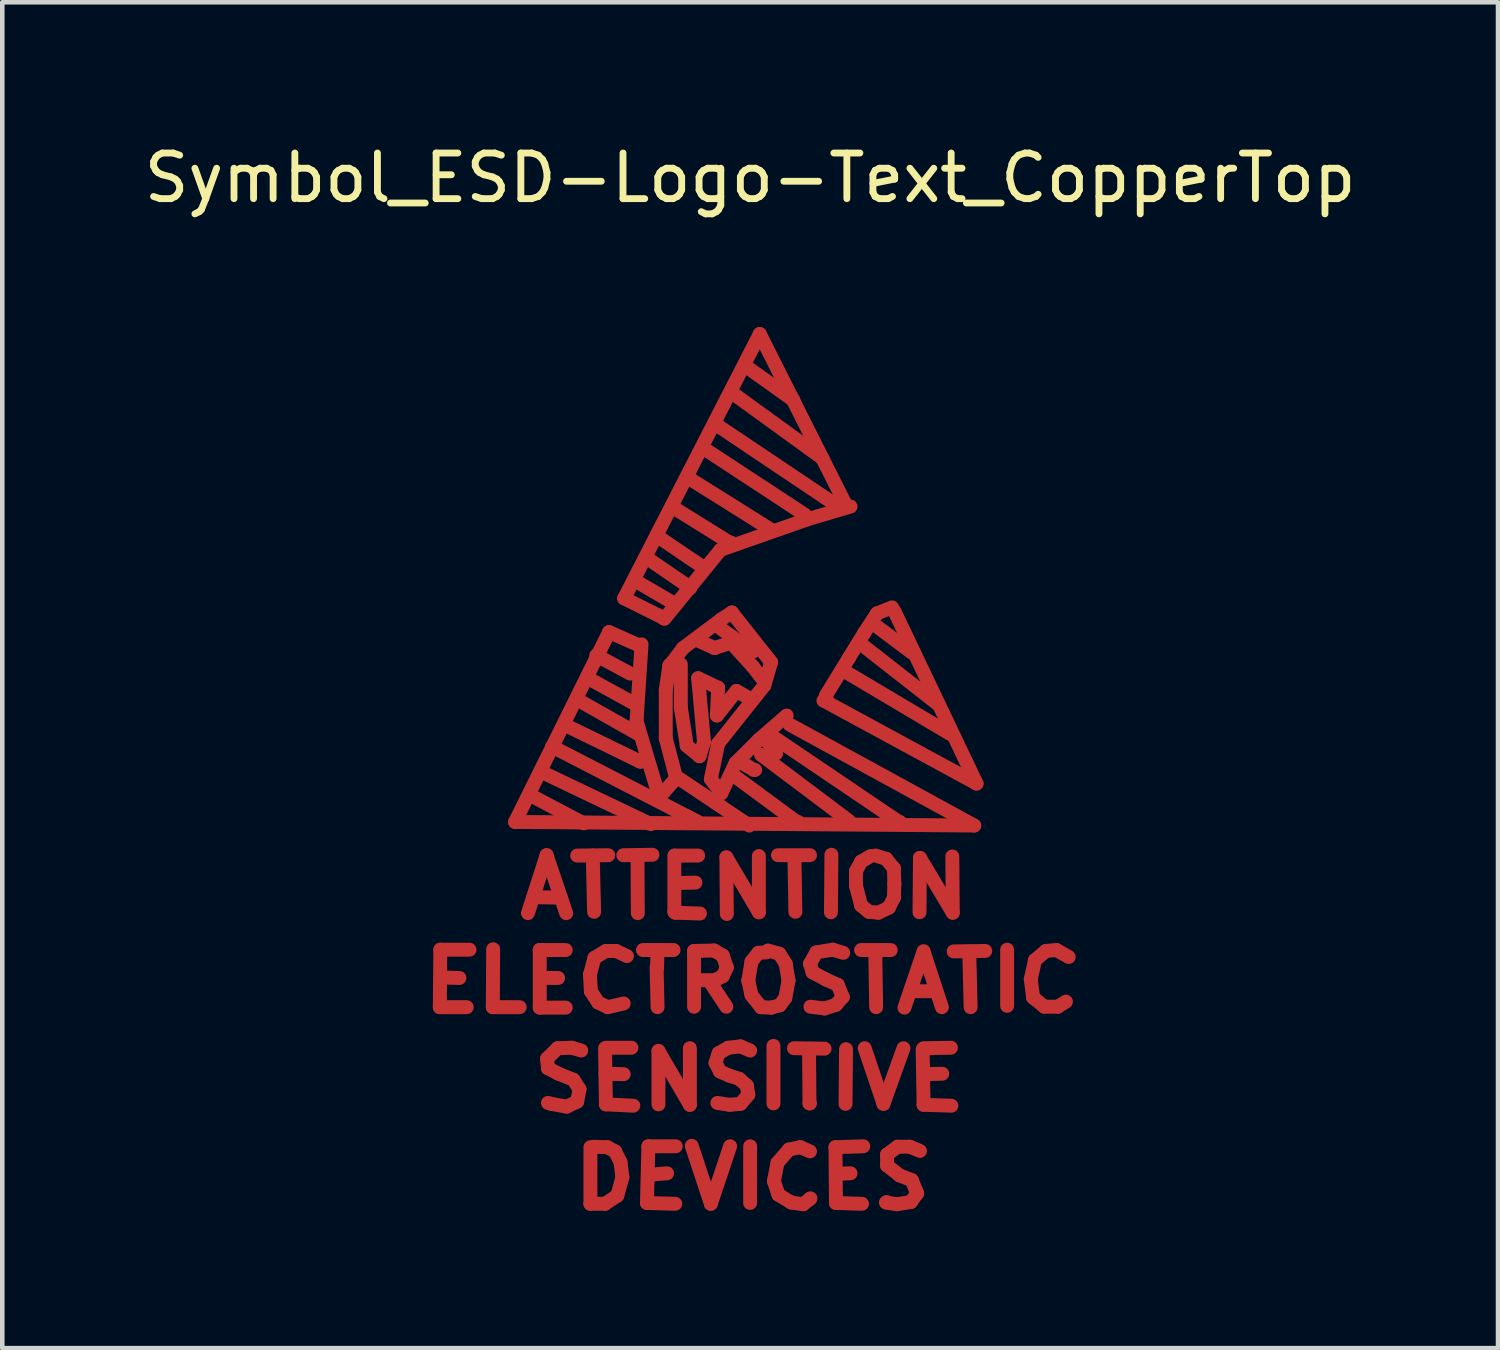
<source format=kicad_pcb>
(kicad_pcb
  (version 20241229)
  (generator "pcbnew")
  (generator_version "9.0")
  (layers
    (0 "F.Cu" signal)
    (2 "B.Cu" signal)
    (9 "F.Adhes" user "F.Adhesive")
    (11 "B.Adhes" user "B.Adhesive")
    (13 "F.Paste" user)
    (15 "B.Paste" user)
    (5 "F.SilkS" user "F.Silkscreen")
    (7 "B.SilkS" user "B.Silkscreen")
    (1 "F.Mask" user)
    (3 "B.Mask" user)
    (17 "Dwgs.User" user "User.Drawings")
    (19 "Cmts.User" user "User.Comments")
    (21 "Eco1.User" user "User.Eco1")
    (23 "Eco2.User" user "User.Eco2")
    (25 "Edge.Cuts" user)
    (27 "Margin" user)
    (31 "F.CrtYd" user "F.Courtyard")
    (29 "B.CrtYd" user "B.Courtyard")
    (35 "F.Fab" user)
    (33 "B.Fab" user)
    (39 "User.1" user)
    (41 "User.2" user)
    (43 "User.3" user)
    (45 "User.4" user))
  (footprint "Symbol_ESD-Logo-Text_CopperTop"
    (layer "F.Cu")
    (at 13.387 11.648)
    (property "Reference" "Symbol_ESD-Logo-Text_CopperTop" (at 0 -10.8 0) (layer "F.SilkS") (effects (font (size 1 1) (thickness 0.15))))
    (attr exclude_from_pos_files exclude_from_bom allow_missing_courtyard)
    (fp_line (start -6.8 7.371) (end -6.21 7.371) (stroke (width 0.305) (type solid)) (layer "F.Cu"))
    (fp_line (start -6.789 6.111) (end -6.8 7.371) (stroke (width 0.305) (type solid)) (layer "F.Cu"))
    (fp_line (start -6.37 6.731) (end -6.749 6.721) (stroke (width 0.305) (type solid)) (layer "F.Cu"))
    (fp_line (start -6.149 6.111) (end -6.789 6.111) (stroke (width 0.305) (type solid)) (layer "F.Cu"))
    (fp_line (start -5.639 7.371) (end -5.05 7.371) (stroke (width 0.305) (type solid)) (layer "F.Cu"))
    (fp_line (start -5.631 6.101) (end -5.639 7.371) (stroke (width 0.305) (type solid)) (layer "F.Cu"))
    (fp_line (start -5.151 3.312) (end 4.91 3.391) (stroke (width 0.305) (type solid)) (layer "F.Cu"))
    (fp_line (start -4.869 5.311) (end -4.46 4.041) (stroke (width 0.305) (type solid)) (layer "F.Cu"))
    (fp_line (start -4.77 2.751) (end -3.65 3.343) (stroke (width 0.305) (type solid)) (layer "F.Cu"))
    (fp_line (start -4.75 4.961) (end -4.15 4.971) (stroke (width 0.305) (type solid)) (layer "F.Cu"))
    (fp_line (start -4.61 6.119) (end -4.61 7.381) (stroke (width 0.305) (type solid)) (layer "F.Cu"))
    (fp_line (start -4.61 6.119) (end -4.041 6.119) (stroke (width 0.305) (type solid)) (layer "F.Cu"))
    (fp_line (start -4.61 7.381) (end -4.041 7.381) (stroke (width 0.305) (type solid)) (layer "F.Cu"))
    (fp_line (start -4.6 6.129) (end -4.61 6.119) (stroke (width 0.305) (type solid)) (layer "F.Cu"))
    (fp_line (start -4.559 2.223) (end -2.179 3.36) (stroke (width 0.305) (type solid)) (layer "F.Cu"))
    (fp_line (start -4.559 6.731) (end -4.209 6.731) (stroke (width 0.305) (type solid)) (layer "F.Cu"))
    (fp_line (start -4.46 4.041) (end -4.031 5.311) (stroke (width 0.305) (type solid)) (layer "F.Cu"))
    (fp_line (start -4.45 8.499) (end -4.43 8.71) (stroke (width 0.305) (type solid)) (layer "F.Cu"))
    (fp_line (start -4.43 8.71) (end -4.201 8.829) (stroke (width 0.305) (type solid)) (layer "F.Cu"))
    (fp_line (start -4.361 9.489) (end -4.43 9.469) (stroke (width 0.305) (type solid)) (layer "F.Cu"))
    (fp_line (start -4.341 1.661) (end -1.14 3.312) (stroke (width 0.305) (type solid)) (layer "F.Cu"))
    (fp_line (start -4.219 8.27) (end -4.45 8.499) (stroke (width 0.305) (type solid)) (layer "F.Cu"))
    (fp_line (start -4.201 8.829) (end -3.871 8.961) (stroke (width 0.305) (type solid)) (layer "F.Cu"))
    (fp_line (start -4.031 1.201) (end -2.41 1.991) (stroke (width 0.305) (type solid)) (layer "F.Cu"))
    (fp_line (start -4.021 9.55) (end -4.361 9.489) (stroke (width 0.305) (type solid)) (layer "F.Cu"))
    (fp_line (start -3.909 8.26) (end -4.219 8.27) (stroke (width 0.305) (type solid)) (layer "F.Cu"))
    (fp_line (start -3.871 8.961) (end -3.739 9.169) (stroke (width 0.305) (type solid)) (layer "F.Cu"))
    (fp_line (start -3.79 4.049) (end -3.109 4.041) (stroke (width 0.305) (type solid)) (layer "F.Cu"))
    (fp_line (start -3.79 9.441) (end -4.021 9.55) (stroke (width 0.305) (type solid)) (layer "F.Cu"))
    (fp_line (start -3.749 0.653) (end -2.461 1.382) (stroke (width 0.305) (type solid)) (layer "F.Cu"))
    (fp_line (start -3.739 9.169) (end -3.79 9.441) (stroke (width 0.305) (type solid)) (layer "F.Cu"))
    (fp_line (start -3.701 8.321) (end -3.909 8.26) (stroke (width 0.305) (type solid)) (layer "F.Cu"))
    (fp_line (start -3.551 0.163) (end -2.479 0.752) (stroke (width 0.305) (type solid)) (layer "F.Cu"))
    (fp_line (start -3.51 6.66) (end -3.49 7.021) (stroke (width 0.305) (type solid)) (layer "F.Cu"))
    (fp_line (start -3.5 10.439) (end -3.5 11.679) (stroke (width 0.305) (type solid)) (layer "F.Cu"))
    (fp_line (start -3.5 11.679) (end -3.18 11.679) (stroke (width 0.305) (type solid)) (layer "F.Cu"))
    (fp_line (start -3.49 7.021) (end -3.33 7.269) (stroke (width 0.305) (type solid)) (layer "F.Cu"))
    (fp_line (start -3.449 4.049) (end -3.419 5.281) (stroke (width 0.305) (type solid)) (layer "F.Cu"))
    (fp_line (start -3.411 6.289) (end -3.51 6.66) (stroke (width 0.305) (type solid)) (layer "F.Cu"))
    (fp_line (start -3.371 -0.338) (end -2.629 0.061) (stroke (width 0.305) (type solid)) (layer "F.Cu"))
    (fp_line (start -3.33 7.269) (end -3.119 7.371) (stroke (width 0.305) (type solid)) (layer "F.Cu"))
    (fp_line (start -3.18 11.679) (end -2.911 11.501) (stroke (width 0.305) (type solid)) (layer "F.Cu"))
    (fp_line (start -3.16 6.139) (end -3.411 6.289) (stroke (width 0.305) (type solid)) (layer "F.Cu"))
    (fp_line (start -3.16 9.5) (end -3.18 8.27) (stroke (width 0.305) (type solid)) (layer "F.Cu"))
    (fp_line (start -3.129 10.439) (end -3.429 10.429) (stroke (width 0.305) (type solid)) (layer "F.Cu"))
    (fp_line (start -3.119 7.371) (end -2.771 7.29) (stroke (width 0.305) (type solid)) (layer "F.Cu"))
    (fp_line (start -3.091 -0.848) (end -5.151 3.312) (stroke (width 0.305) (type solid)) (layer "F.Cu"))
    (fp_line (start -2.959 10.531) (end -3.129 10.439) (stroke (width 0.305) (type solid)) (layer "F.Cu"))
    (fp_line (start -2.939 6.139) (end -3.16 6.139) (stroke (width 0.305) (type solid)) (layer "F.Cu"))
    (fp_line (start -2.911 11.501) (end -2.799 11.1) (stroke (width 0.305) (type solid)) (layer "F.Cu"))
    (fp_line (start -2.84 10.77) (end -2.959 10.531) (stroke (width 0.305) (type solid)) (layer "F.Cu"))
    (fp_line (start -2.799 11.1) (end -2.84 10.77) (stroke (width 0.305) (type solid)) (layer "F.Cu"))
    (fp_line (start -2.779 4.041) (end -2.141 4.031) (stroke (width 0.305) (type solid)) (layer "F.Cu"))
    (fp_line (start -2.771 8.839) (end -3.17 8.829) (stroke (width 0.305) (type solid)) (layer "F.Cu"))
    (fp_line (start -2.761 -1.587) (end -1.9 -1.158) (stroke (width 0.305) (type solid)) (layer "F.Cu"))
    (fp_line (start -2.7 6.251) (end -2.939 6.139) (stroke (width 0.305) (type solid)) (layer "F.Cu"))
    (fp_line (start -2.601 8.26) (end -3.15 8.26) (stroke (width 0.305) (type solid)) (layer "F.Cu"))
    (fp_line (start -2.56 9.53) (end -3.16 9.5) (stroke (width 0.305) (type solid)) (layer "F.Cu"))
    (fp_line (start -2.51 -1.968) (end -1.689 -1.488) (stroke (width 0.305) (type solid)) (layer "F.Cu"))
    (fp_line (start -2.489 1.102) (end -1.991 2.771) (stroke (width 0.305) (type solid)) (layer "F.Cu"))
    (fp_line (start -2.461 -0.569) (end -3.091 -0.848) (stroke (width 0.305) (type solid)) (layer "F.Cu"))
    (fp_line (start -2.461 5.311) (end -2.469 4.059) (stroke (width 0.305) (type solid)) (layer "F.Cu"))
    (fp_line (start -2.41 1.991) (end -2.38 1.991) (stroke (width 0.305) (type solid)) (layer "F.Cu"))
    (fp_line (start -2.38 -0.579) (end -2.489 1.102) (stroke (width 0.305) (type solid)) (layer "F.Cu"))
    (fp_line (start -2.349 6.119) (end -1.679 6.119) (stroke (width 0.305) (type solid)) (layer "F.Cu"))
    (fp_line (start -2.261 11.661) (end -1.641 11.679) (stroke (width 0.305) (type solid)) (layer "F.Cu"))
    (fp_line (start -2.23 -2.449) (end -1.311 -1.819) (stroke (width 0.305) (type solid)) (layer "F.Cu"))
    (fp_line (start -2.23 10.419) (end -2.261 11.661) (stroke (width 0.305) (type solid)) (layer "F.Cu"))
    (fp_line (start -2.159 11.039) (end -2.159 11.021) (stroke (width 0.305) (type solid)) (layer "F.Cu"))
    (fp_line (start -2.05 -2.959) (end -1.031 -2.268) (stroke (width 0.305) (type solid)) (layer "F.Cu"))
    (fp_line (start -2.05 6.5) (end -2.029 7.371) (stroke (width 0.305) (type solid)) (layer "F.Cu"))
    (fp_line (start -2.04 6.52) (end -2.029 6.129) (stroke (width 0.305) (type solid)) (layer "F.Cu"))
    (fp_line (start -2.029 6.129) (end -2.009 6.129) (stroke (width 0.305) (type solid)) (layer "F.Cu"))
    (fp_line (start -2.009 8.331) (end -1.321 9.51) (stroke (width 0.305) (type solid)) (layer "F.Cu"))
    (fp_line (start -2.009 9.5) (end -2.009 8.331) (stroke (width 0.305) (type solid)) (layer "F.Cu"))
    (fp_line (start -1.991 2.771) (end -1.621 2.352) (stroke (width 0.305) (type solid)) (layer "F.Cu"))
    (fp_line (start -1.9 -1.158) (end -1.869 -1.158) (stroke (width 0.305) (type solid)) (layer "F.Cu"))
    (fp_line (start -1.849 0.422) (end -1.77 -0.119) (stroke (width 0.305) (type solid)) (layer "F.Cu"))
    (fp_line (start -1.849 1.481) (end -1.849 0.422) (stroke (width 0.305) (type solid)) (layer "F.Cu"))
    (fp_line (start -1.821 11.011) (end -2.159 11.039) (stroke (width 0.305) (type solid)) (layer "F.Cu"))
    (fp_line (start -1.77 -0.119) (end -1.72 -0.168) (stroke (width 0.305) (type solid)) (layer "F.Cu"))
    (fp_line (start -1.72 -3.599) (end -0.45 -2.809) (stroke (width 0.305) (type solid)) (layer "F.Cu"))
    (fp_line (start -1.72 -0.168) (end -1.471 -0.498) (stroke (width 0.305) (type solid)) (layer "F.Cu"))
    (fp_line (start -1.661 4.049) (end -1.661 5.281) (stroke (width 0.305) (type solid)) (layer "F.Cu"))
    (fp_line (start -1.661 5.281) (end -1.651 5.281) (stroke (width 0.305) (type solid)) (layer "F.Cu"))
    (fp_line (start -1.651 4.049) (end -1.14 4.049) (stroke (width 0.305) (type solid)) (layer "F.Cu"))
    (fp_line (start -1.641 5.301) (end -1.631 5.301) (stroke (width 0.305) (type solid)) (layer "F.Cu"))
    (fp_line (start -1.631 10.419) (end -2.23 10.419) (stroke (width 0.305) (type solid)) (layer "F.Cu"))
    (fp_line (start -1.621 2.352) (end -1.849 1.481) (stroke (width 0.305) (type solid)) (layer "F.Cu"))
    (fp_line (start -1.621 4.651) (end -1.6 4.651) (stroke (width 0.305) (type solid)) (layer "F.Cu"))
    (fp_line (start -1.539 2.372) (end -0.02 3.391) (stroke (width 0.305) (type solid)) (layer "F.Cu"))
    (fp_line (start -1.519 -0.14) (end -1.519 0.803) (stroke (width 0.305) (type solid)) (layer "F.Cu"))
    (fp_line (start -1.519 0.803) (end -1.389 1.641) (stroke (width 0.305) (type solid)) (layer "F.Cu"))
    (fp_line (start -1.471 -0.498) (end -0.63 -1.128) (stroke (width 0.305) (type solid)) (layer "F.Cu"))
    (fp_line (start -1.389 1.641) (end -1.11 1.872) (stroke (width 0.305) (type solid)) (layer "F.Cu"))
    (fp_line (start -1.359 -4.229) (end 0.46 -3.089) (stroke (width 0.305) (type solid)) (layer "F.Cu"))
    (fp_line (start -1.321 9.51) (end -1.321 8.27) (stroke (width 0.305) (type solid)) (layer "F.Cu"))
    (fp_line (start -1.311 -1.819) (end -1.311 -1.839) (stroke (width 0.305) (type solid)) (layer "F.Cu"))
    (fp_line (start -1.28 10.409) (end -0.861 11.679) (stroke (width 0.305) (type solid)) (layer "F.Cu"))
    (fp_line (start -1.229 6.139) (end -0.79 6.129) (stroke (width 0.305) (type solid)) (layer "F.Cu"))
    (fp_line (start -1.229 7.361) (end -1.229 6.139) (stroke (width 0.305) (type solid)) (layer "F.Cu"))
    (fp_line (start -1.199 4.641) (end -1.621 4.651) (stroke (width 0.305) (type solid)) (layer "F.Cu"))
    (fp_line (start -1.171 6.779) (end -1.161 6.779) (stroke (width 0.305) (type solid)) (layer "F.Cu"))
    (fp_line (start -1.14 0.163) (end -0.701 0.371) (stroke (width 0.305) (type solid)) (layer "F.Cu"))
    (fp_line (start -1.11 -0.648) (end -0.78 -0.498) (stroke (width 0.305) (type solid)) (layer "F.Cu"))
    (fp_line (start -1.11 1.872) (end -1.011 1.562) (stroke (width 0.305) (type solid)) (layer "F.Cu"))
    (fp_line (start -1.1 5.319) (end -1.641 5.301) (stroke (width 0.305) (type solid)) (layer "F.Cu"))
    (fp_line (start -1.011 -4.869) (end 1.199 -3.419) (stroke (width 0.305) (type solid)) (layer "F.Cu"))
    (fp_line (start -1.011 1.562) (end -1.14 0.163) (stroke (width 0.305) (type solid)) (layer "F.Cu"))
    (fp_line (start -0.879 6.82) (end -0.521 7.361) (stroke (width 0.305) (type solid)) (layer "F.Cu"))
    (fp_line (start -0.861 2.372) (end -0.63 2.682) (stroke (width 0.305) (type solid)) (layer "F.Cu"))
    (fp_line (start -0.861 11.679) (end -0.439 10.419) (stroke (width 0.305) (type solid)) (layer "F.Cu"))
    (fp_line (start -0.79 6.129) (end -0.599 6.241) (stroke (width 0.305) (type solid)) (layer "F.Cu"))
    (fp_line (start -0.78 -0.498) (end -0.419 -0.617) (stroke (width 0.305) (type solid)) (layer "F.Cu"))
    (fp_line (start -0.77 6.779) (end -1.171 6.779) (stroke (width 0.305) (type solid)) (layer "F.Cu"))
    (fp_line (start -0.759 8.59) (end -0.66 8.781) (stroke (width 0.305) (type solid)) (layer "F.Cu"))
    (fp_line (start -0.749 -5.397) (end 1.859 -3.647) (stroke (width 0.305) (type solid)) (layer "F.Cu"))
    (fp_line (start -0.729 0.98) (end -0.3 0.442) (stroke (width 0.305) (type solid)) (layer "F.Cu"))
    (fp_line (start -0.701 0.371) (end -0.729 0.98) (stroke (width 0.305) (type solid)) (layer "F.Cu"))
    (fp_line (start -0.701 1.593) (end -0.861 2.372) (stroke (width 0.305) (type solid)) (layer "F.Cu"))
    (fp_line (start -0.691 8.379) (end -0.759 8.59) (stroke (width 0.305) (type solid)) (layer "F.Cu"))
    (fp_line (start -0.66 8.781) (end -0.46 8.87) (stroke (width 0.305) (type solid)) (layer "F.Cu"))
    (fp_line (start -0.65 -2.649) (end -1.88 -1.138) (stroke (width 0.305) (type solid)) (layer "F.Cu"))
    (fp_line (start -0.65 -0.93) (end 0.061 -0.419) (stroke (width 0.305) (type solid)) (layer "F.Cu"))
    (fp_line (start -0.63 -1.128) (end -0.401 -1.278) (stroke (width 0.305) (type solid)) (layer "F.Cu"))
    (fp_line (start -0.63 2.682) (end -0.32 2.022) (stroke (width 0.305) (type solid)) (layer "F.Cu"))
    (fp_line (start -0.599 6.241) (end -0.511 6.5) (stroke (width 0.305) (type solid)) (layer "F.Cu"))
    (fp_line (start -0.599 6.69) (end -0.77 6.779) (stroke (width 0.305) (type solid)) (layer "F.Cu"))
    (fp_line (start -0.521 4.089) (end 0.191 5.291) (stroke (width 0.305) (type solid)) (layer "F.Cu"))
    (fp_line (start -0.511 5.329) (end -0.521 4.089) (stroke (width 0.305) (type solid)) (layer "F.Cu"))
    (fp_line (start -0.511 6.5) (end -0.599 6.69) (stroke (width 0.305) (type solid)) (layer "F.Cu"))
    (fp_line (start -0.48 8.26) (end -0.691 8.379) (stroke (width 0.305) (type solid)) (layer "F.Cu"))
    (fp_line (start -0.46 8.87) (end -0.239 8.941) (stroke (width 0.305) (type solid)) (layer "F.Cu"))
    (fp_line (start -0.45 -2.809) (end -0.419 -2.809) (stroke (width 0.305) (type solid)) (layer "F.Cu"))
    (fp_line (start -0.45 9.51) (end -0.719 9.469) (stroke (width 0.305) (type solid)) (layer "F.Cu"))
    (fp_line (start -0.419 -0.617) (end 0.061 -0.089) (stroke (width 0.305) (type solid)) (layer "F.Cu"))
    (fp_line (start -0.401 -1.278) (end 0.46 -0.188) (stroke (width 0.305) (type solid)) (layer "F.Cu"))
    (fp_line (start -0.351 -6.058) (end 1.58 -4.658) (stroke (width 0.305) (type solid)) (layer "F.Cu"))
    (fp_line (start -0.351 2.301) (end 1.021 3.312) (stroke (width 0.305) (type solid)) (layer "F.Cu"))
    (fp_line (start -0.32 2.022) (end 0.191 1.511) (stroke (width 0.305) (type solid)) (layer "F.Cu"))
    (fp_line (start -0.3 0.442) (end -0.071 0.572) (stroke (width 0.305) (type solid)) (layer "F.Cu"))
    (fp_line (start -0.239 8.941) (end -0.071 9.091) (stroke (width 0.305) (type solid)) (layer "F.Cu"))
    (fp_line (start -0.221 1.991) (end 0.079 2.172) (stroke (width 0.305) (type solid)) (layer "F.Cu"))
    (fp_line (start -0.211 8.23) (end -0.48 8.26) (stroke (width 0.305) (type solid)) (layer "F.Cu"))
    (fp_line (start -0.211 9.489) (end -0.45 9.51) (stroke (width 0.305) (type solid)) (layer "F.Cu"))
    (fp_line (start -0.089 -6.668) (end 0.95 -5.928) (stroke (width 0.305) (type solid)) (layer "F.Cu"))
    (fp_line (start -0.071 9.091) (end -0.041 9.289) (stroke (width 0.305) (type solid)) (layer "F.Cu"))
    (fp_line (start -0.041 6.789) (end 0.03 6.37) (stroke (width 0.305) (type solid)) (layer "F.Cu"))
    (fp_line (start -0.041 9.289) (end -0.211 9.489) (stroke (width 0.305) (type solid)) (layer "F.Cu"))
    (fp_line (start 0 8.321) (end -0.211 8.23) (stroke (width 0.305) (type solid)) (layer "F.Cu"))
    (fp_line (start 0 10.419) (end 0 11.661) (stroke (width 0.305) (type solid)) (layer "F.Cu"))
    (fp_line (start 0.03 6.37) (end 0.18 6.18) (stroke (width 0.305) (type solid)) (layer "F.Cu"))
    (fp_line (start 0.03 7.109) (end -0.041 6.789) (stroke (width 0.305) (type solid)) (layer "F.Cu"))
    (fp_line (start 0.061 -0.089) (end 0.239 0.142) (stroke (width 0.305) (type solid)) (layer "F.Cu"))
    (fp_line (start 0.079 2.172) (end 0.109 2.172) (stroke (width 0.305) (type solid)) (layer "F.Cu"))
    (fp_line (start 0.18 6.18) (end 0.361 6.17) (stroke (width 0.305) (type solid)) (layer "F.Cu"))
    (fp_line (start 0.191 1.511) (end 0.8 0.98) (stroke (width 0.305) (type solid)) (layer "F.Cu"))
    (fp_line (start 0.191 5.291) (end 0.191 4.059) (stroke (width 0.305) (type solid)) (layer "F.Cu"))
    (fp_line (start 0.211 -7.379) (end -2.761 -1.587) (stroke (width 0.305) (type solid)) (layer "F.Cu"))
    (fp_line (start 0.239 1.841) (end 2.169 3.292) (stroke (width 0.305) (type solid)) (layer "F.Cu"))
    (fp_line (start 0.239 7.371) (end 0.03 7.109) (stroke (width 0.305) (type solid)) (layer "F.Cu"))
    (fp_line (start 0.31 0.323) (end -0.701 1.593) (stroke (width 0.305) (type solid)) (layer "F.Cu"))
    (fp_line (start 0.31 1.46) (end 0.569 1.811) (stroke (width 0.305) (type solid)) (layer "F.Cu"))
    (fp_line (start 0.391 6.129) (end 0.64 6.2) (stroke (width 0.305) (type solid)) (layer "F.Cu"))
    (fp_line (start 0.46 -0.188) (end 0.31 0.323) (stroke (width 0.305) (type solid)) (layer "F.Cu"))
    (fp_line (start 0.46 7.381) (end 0.239 7.371) (stroke (width 0.305) (type solid)) (layer "F.Cu"))
    (fp_line (start 0.511 8.219) (end 0.511 9.479) (stroke (width 0.305) (type solid)) (layer "F.Cu"))
    (fp_line (start 0.521 1.46) (end 3.259 3.312) (stroke (width 0.305) (type solid)) (layer "F.Cu"))
    (fp_line (start 0.521 11.181) (end 0.62 11.481) (stroke (width 0.305) (type solid)) (layer "F.Cu"))
    (fp_line (start 0.599 10.78) (end 0.521 11.181) (stroke (width 0.305) (type solid)) (layer "F.Cu"))
    (fp_line (start 0.61 4.041) (end 1.311 4.041) (stroke (width 0.305) (type solid)) (layer "F.Cu"))
    (fp_line (start 0.62 11.481) (end 0.899 11.651) (stroke (width 0.305) (type solid)) (layer "F.Cu"))
    (fp_line (start 0.64 6.2) (end 0.78 6.421) (stroke (width 0.305) (type solid)) (layer "F.Cu"))
    (fp_line (start 0.65 7.33) (end 0.46 7.381) (stroke (width 0.305) (type solid)) (layer "F.Cu"))
    (fp_line (start 0.77 7.17) (end 0.65 7.33) (stroke (width 0.305) (type solid)) (layer "F.Cu"))
    (fp_line (start 0.78 6.421) (end 0.841 6.789) (stroke (width 0.305) (type solid)) (layer "F.Cu"))
    (fp_line (start 0.841 6.789) (end 0.77 7.17) (stroke (width 0.305) (type solid)) (layer "F.Cu"))
    (fp_line (start 0.851 10.49) (end 0.599 10.78) (stroke (width 0.305) (type solid)) (layer "F.Cu"))
    (fp_line (start 0.899 11.651) (end 1.161 11.689) (stroke (width 0.305) (type solid)) (layer "F.Cu"))
    (fp_line (start 0.96 8.27) (end 1.631 8.28) (stroke (width 0.305) (type solid)) (layer "F.Cu"))
    (fp_line (start 0.97 4.069) (end 0.991 5.281) (stroke (width 0.305) (type solid)) (layer "F.Cu"))
    (fp_line (start 1.021 3.312) (end 1.049 3.312) (stroke (width 0.305) (type solid)) (layer "F.Cu"))
    (fp_line (start 1.1 10.439) (end 0.851 10.49) (stroke (width 0.305) (type solid)) (layer "F.Cu"))
    (fp_line (start 1.161 11.689) (end 1.311 11.57) (stroke (width 0.305) (type solid)) (layer "F.Cu"))
    (fp_line (start 1.25 -3.317) (end -0.65 -2.649) (stroke (width 0.305) (type solid)) (layer "F.Cu"))
    (fp_line (start 1.29 8.291) (end 1.3 9.479) (stroke (width 0.305) (type solid)) (layer "F.Cu"))
    (fp_line (start 1.3 9.479) (end 1.311 9.479) (stroke (width 0.305) (type solid)) (layer "F.Cu"))
    (fp_line (start 1.311 6.421) (end 1.369 6.609) (stroke (width 0.305) (type solid)) (layer "F.Cu"))
    (fp_line (start 1.311 10.531) (end 1.1 10.439) (stroke (width 0.305) (type solid)) (layer "F.Cu"))
    (fp_line (start 1.311 11.57) (end 1.321 11.56) (stroke (width 0.305) (type solid)) (layer "F.Cu"))
    (fp_line (start 1.369 6.609) (end 1.669 6.769) (stroke (width 0.305) (type solid)) (layer "F.Cu"))
    (fp_line (start 1.45 6.17) (end 1.311 6.421) (stroke (width 0.305) (type solid)) (layer "F.Cu"))
    (fp_line (start 1.61 0.653) (end 1.679 0.622) (stroke (width 0.305) (type solid)) (layer "F.Cu"))
    (fp_line (start 1.631 7.399) (end 1.321 7.361) (stroke (width 0.305) (type solid)) (layer "F.Cu"))
    (fp_line (start 1.659 0.541) (end 2.169 -0.29) (stroke (width 0.305) (type solid)) (layer "F.Cu"))
    (fp_line (start 1.669 6.769) (end 1.92 6.881) (stroke (width 0.305) (type solid)) (layer "F.Cu"))
    (fp_line (start 1.781 4.031) (end 1.77 5.291) (stroke (width 0.305) (type solid)) (layer "F.Cu"))
    (fp_line (start 1.811 6.111) (end 1.45 6.17) (stroke (width 0.305) (type solid)) (layer "F.Cu"))
    (fp_line (start 1.869 10.439) (end 1.88 11.661) (stroke (width 0.305) (type solid)) (layer "F.Cu"))
    (fp_line (start 1.88 7.32) (end 1.631 7.399) (stroke (width 0.305) (type solid)) (layer "F.Cu"))
    (fp_line (start 1.88 11.661) (end 2.451 11.679) (stroke (width 0.305) (type solid)) (layer "F.Cu"))
    (fp_line (start 1.92 6.881) (end 2.029 7.15) (stroke (width 0.305) (type solid)) (layer "F.Cu"))
    (fp_line (start 2.029 7.15) (end 1.88 7.32) (stroke (width 0.305) (type solid)) (layer "F.Cu"))
    (fp_line (start 2.04 6.18) (end 1.811 6.111) (stroke (width 0.305) (type solid)) (layer "F.Cu"))
    (fp_line (start 2.09 -3.647) (end 0.211 -7.379) (stroke (width 0.305) (type solid)) (layer "F.Cu"))
    (fp_line (start 2.101 8.291) (end 2.09 9.489) (stroke (width 0.305) (type solid)) (layer "F.Cu"))
    (fp_line (start 2.121 0.041) (end 4.379 1.382) (stroke (width 0.305) (type solid)) (layer "F.Cu"))
    (fp_line (start 2.169 -0.29) (end 2.499 -0.828) (stroke (width 0.305) (type solid)) (layer "F.Cu"))
    (fp_line (start 2.2 -3.599) (end 1.25 -3.317) (stroke (width 0.305) (type solid)) (layer "F.Cu"))
    (fp_line (start 2.2 11.011) (end 1.89 11.021) (stroke (width 0.305) (type solid)) (layer "F.Cu"))
    (fp_line (start 2.319 4.389) (end 2.431 4.181) (stroke (width 0.305) (type solid)) (layer "F.Cu"))
    (fp_line (start 2.319 4.709) (end 2.319 4.389) (stroke (width 0.305) (type solid)) (layer "F.Cu"))
    (fp_line (start 2.431 4.181) (end 2.639 4.059) (stroke (width 0.305) (type solid)) (layer "F.Cu"))
    (fp_line (start 2.431 5.141) (end 2.319 4.709) (stroke (width 0.305) (type solid)) (layer "F.Cu"))
    (fp_line (start 2.431 6.119) (end 3.081 6.119) (stroke (width 0.305) (type solid)) (layer "F.Cu"))
    (fp_line (start 2.451 -0.569) (end 4.1 0.721) (stroke (width 0.305) (type solid)) (layer "F.Cu"))
    (fp_line (start 2.479 10.419) (end 1.869 10.439) (stroke (width 0.305) (type solid)) (layer "F.Cu"))
    (fp_line (start 2.499 -0.828) (end 2.779 -1.257) (stroke (width 0.305) (type solid)) (layer "F.Cu"))
    (fp_line (start 2.51 8.27) (end 2.921 9.489) (stroke (width 0.305) (type solid)) (layer "F.Cu"))
    (fp_line (start 2.601 5.281) (end 2.431 5.141) (stroke (width 0.305) (type solid)) (layer "F.Cu"))
    (fp_line (start 2.7 -1.029) (end 3.541 -0.399) (stroke (width 0.305) (type solid)) (layer "F.Cu"))
    (fp_line (start 2.741 6.129) (end 2.761 7.371) (stroke (width 0.305) (type solid)) (layer "F.Cu"))
    (fp_line (start 2.751 4.049) (end 2.979 4.12) (stroke (width 0.305) (type solid)) (layer "F.Cu"))
    (fp_line (start 2.779 -1.257) (end 3.109 -1.389) (stroke (width 0.305) (type solid)) (layer "F.Cu"))
    (fp_line (start 2.809 5.301) (end 2.601 5.281) (stroke (width 0.305) (type solid)) (layer "F.Cu"))
    (fp_line (start 2.921 9.489) (end 3.36 8.27) (stroke (width 0.305) (type solid)) (layer "F.Cu"))
    (fp_line (start 2.979 4.12) (end 3.15 4.331) (stroke (width 0.305) (type solid)) (layer "F.Cu"))
    (fp_line (start 2.979 11.651) (end 2.99 11.641) (stroke (width 0.305) (type solid)) (layer "F.Cu"))
    (fp_line (start 3 10.599) (end 3 10.841) (stroke (width 0.305) (type solid)) (layer "F.Cu"))
    (fp_line (start 3 10.841) (end 3.279 11.059) (stroke (width 0.305) (type solid)) (layer "F.Cu"))
    (fp_line (start 3.04 5.189) (end 2.809 5.301) (stroke (width 0.305) (type solid)) (layer "F.Cu"))
    (fp_line (start 3.15 4.331) (end 3.16 4.671) (stroke (width 0.305) (type solid)) (layer "F.Cu"))
    (fp_line (start 3.15 4.971) (end 3.04 5.189) (stroke (width 0.305) (type solid)) (layer "F.Cu"))
    (fp_line (start 3.16 -1.308) (end 4.961 2.471) (stroke (width 0.305) (type solid)) (layer "F.Cu"))
    (fp_line (start 3.16 4.671) (end 3.15 4.971) (stroke (width 0.305) (type solid)) (layer "F.Cu"))
    (fp_line (start 3.211 11.689) (end 2.979 11.651) (stroke (width 0.305) (type solid)) (layer "F.Cu"))
    (fp_line (start 3.231 10.429) (end 3 10.599) (stroke (width 0.305) (type solid)) (layer "F.Cu"))
    (fp_line (start 3.259 3.312) (end 3.279 3.312) (stroke (width 0.305) (type solid)) (layer "F.Cu"))
    (fp_line (start 3.279 11.059) (end 3.541 11.161) (stroke (width 0.305) (type solid)) (layer "F.Cu"))
    (fp_line (start 3.381 7.381) (end 3.8 6.149) (stroke (width 0.305) (type solid)) (layer "F.Cu"))
    (fp_line (start 3.5 10.429) (end 3.231 10.429) (stroke (width 0.305) (type solid)) (layer "F.Cu"))
    (fp_line (start 3.51 7.021) (end 4.041 7.021) (stroke (width 0.305) (type solid)) (layer "F.Cu"))
    (fp_line (start 3.52 11.641) (end 3.211 11.689) (stroke (width 0.305) (type solid)) (layer "F.Cu"))
    (fp_line (start 3.541 11.161) (end 3.66 11.45) (stroke (width 0.305) (type solid)) (layer "F.Cu"))
    (fp_line (start 3.66 11.45) (end 3.52 11.641) (stroke (width 0.305) (type solid)) (layer "F.Cu"))
    (fp_line (start 3.711 5.291) (end 3.721 4.1) (stroke (width 0.305) (type solid)) (layer "F.Cu"))
    (fp_line (start 3.721 4.1) (end 4.44 5.301) (stroke (width 0.305) (type solid)) (layer "F.Cu"))
    (fp_line (start 3.721 10.521) (end 3.5 10.429) (stroke (width 0.305) (type solid)) (layer "F.Cu"))
    (fp_line (start 3.8 6.149) (end 4.201 7.371) (stroke (width 0.305) (type solid)) (layer "F.Cu"))
    (fp_line (start 3.8 9.51) (end 3.78 8.291) (stroke (width 0.305) (type solid)) (layer "F.Cu"))
    (fp_line (start 4.209 8.829) (end 3.851 8.839) (stroke (width 0.305) (type solid)) (layer "F.Cu"))
    (fp_line (start 4.399 8.26) (end 3.8 8.27) (stroke (width 0.305) (type solid)) (layer "F.Cu"))
    (fp_line (start 4.409 9.53) (end 3.8 9.51) (stroke (width 0.305) (type solid)) (layer "F.Cu"))
    (fp_line (start 4.44 5.301) (end 4.43 4.069) (stroke (width 0.305) (type solid)) (layer "F.Cu"))
    (fp_line (start 4.46 6.149) (end 5.151 6.139) (stroke (width 0.305) (type solid)) (layer "F.Cu"))
    (fp_line (start 4.801 6.149) (end 4.831 7.371) (stroke (width 0.305) (type solid)) (layer "F.Cu"))
    (fp_line (start 4.91 3.391) (end 0.869 1.181) (stroke (width 0.305) (type solid)) (layer "F.Cu"))
    (fp_line (start 4.961 2.471) (end 1.61 0.653) (stroke (width 0.305) (type solid)) (layer "F.Cu"))
    (fp_line (start 5.631 6.111) (end 5.631 7.341) (stroke (width 0.305) (type solid)) (layer "F.Cu"))
    (fp_line (start 6.149 6.759) (end 6.2 7.16) (stroke (width 0.305) (type solid)) (layer "F.Cu"))
    (fp_line (start 6.2 7.16) (end 6.449 7.361) (stroke (width 0.305) (type solid)) (layer "F.Cu"))
    (fp_line (start 6.241 6.34) (end 6.149 6.759) (stroke (width 0.305) (type solid)) (layer "F.Cu"))
    (fp_line (start 6.449 7.361) (end 6.741 7.361) (stroke (width 0.305) (type solid)) (layer "F.Cu"))
    (fp_line (start 6.48 6.139) (end 6.241 6.34) (stroke (width 0.305) (type solid)) (layer "F.Cu"))
    (fp_line (start 6.711 6.119) (end 6.48 6.139) (stroke (width 0.305) (type solid)) (layer "F.Cu"))
    (fp_line (start 6.741 7.361) (end 6.919 7.249) (stroke (width 0.305) (type solid)) (layer "F.Cu"))
    (fp_line (start 6.98 6.271) (end 6.711 6.119) (stroke (width 0.305) (type solid)) (layer "F.Cu")))
  (gr_rect
    (start -3 -3)
    (end 29.774 26.49)
    (stroke (width 0.1) (type default))
    (fill no)
    (layer "Edge.Cuts")))
</source>
